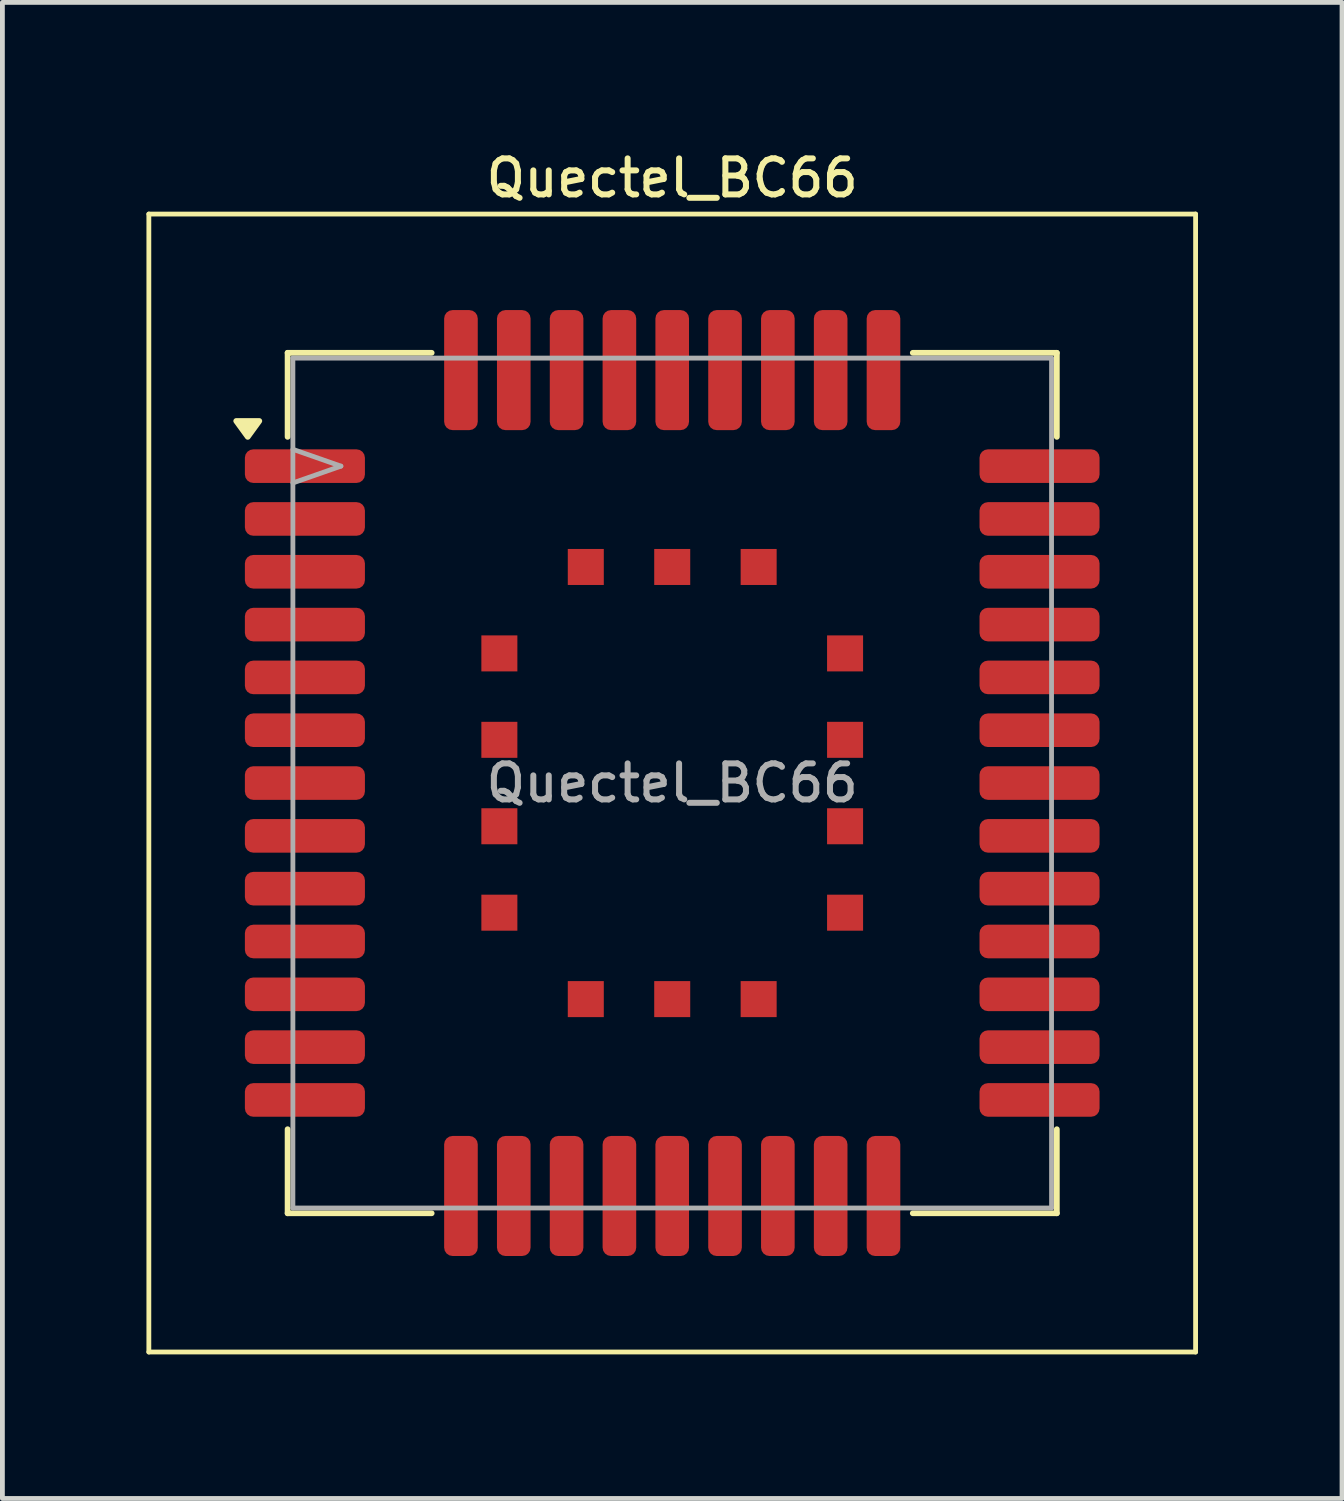
<source format=kicad_pcb>
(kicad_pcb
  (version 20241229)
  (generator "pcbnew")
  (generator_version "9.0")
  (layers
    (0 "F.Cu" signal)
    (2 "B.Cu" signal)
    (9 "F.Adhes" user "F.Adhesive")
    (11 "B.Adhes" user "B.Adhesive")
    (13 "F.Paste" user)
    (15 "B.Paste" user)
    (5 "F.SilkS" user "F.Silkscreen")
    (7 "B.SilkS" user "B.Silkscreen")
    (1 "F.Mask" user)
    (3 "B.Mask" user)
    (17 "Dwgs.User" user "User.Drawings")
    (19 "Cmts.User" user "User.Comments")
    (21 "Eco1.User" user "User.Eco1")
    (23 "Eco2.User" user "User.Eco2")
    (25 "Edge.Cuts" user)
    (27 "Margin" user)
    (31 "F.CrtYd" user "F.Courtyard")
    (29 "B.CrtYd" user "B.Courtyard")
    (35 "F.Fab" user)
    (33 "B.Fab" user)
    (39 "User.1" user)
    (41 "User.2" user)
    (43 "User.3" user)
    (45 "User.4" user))
  (footprint "Quectel_BC66"
    (layer "F.Cu")
    (at 10.95 13.258)
    (property "Reference" "Quectel_BC66" (at 0 -12.6 0) (layer "F.SilkS") (effects (font (size 0.75 0.75) (thickness 0.125))))
    (attr smd)
    (fp_line (start -10.9 -11.85) (end -10.9 11.85) (stroke (width 0.1) (type solid)) (layer "F.SilkS"))
    (fp_line (start -10.9 -11.85) (end 10.9 -11.85) (stroke (width 0.1) (type solid)) (layer "F.SilkS"))
    (fp_line (start -10.9 11.85) (end 10.9 11.85) (stroke (width 0.1) (type solid)) (layer "F.SilkS"))
    (fp_line (start -8.01 -8.96) (end -8.01 -7.21) (stroke (width 0.12) (type solid)) (layer "F.SilkS"))
    (fp_line (start -8.01 -8.96) (end -5.01 -8.96) (stroke (width 0.12) (type solid)) (layer "F.SilkS"))
    (fp_line (start -8.01 7.21) (end -8.01 8.96) (stroke (width 0.12) (type solid)) (layer "F.SilkS"))
    (fp_line (start -8.01 8.96) (end -5.01 8.96) (stroke (width 0.12) (type solid)) (layer "F.SilkS"))
    (fp_line (start 5.01 -8.96) (end 8.01 -8.96) (stroke (width 0.12) (type solid)) (layer "F.SilkS"))
    (fp_line (start 5.01 8.96) (end 8.01 8.96) (stroke (width 0.12) (type solid)) (layer "F.SilkS"))
    (fp_line (start 8.01 -8.96) (end 8.01 -7.21) (stroke (width 0.12) (type solid)) (layer "F.SilkS"))
    (fp_line (start 8.01 7.21) (end 8.01 8.96) (stroke (width 0.12) (type solid)) (layer "F.SilkS"))
    (fp_line (start 10.9 -11.85) (end 10.9 11.85) (stroke (width 0.1) (type solid)) (layer "F.SilkS"))
    (fp_poly (pts (xy -8.84 -7.21) (xy -9.08 -7.54) (xy -8.6 -7.54) (xy -8.84 -7.21)) (stroke (width 0.12) (type solid)) (fill yes) (layer "F.SilkS"))
    (fp_line (start -7.9 -8.85) (end -7.9 8.85) (stroke (width 0.1) (type solid)) (layer "F.Fab"))
    (fp_line (start -7.9 -8.85) (end 7.9 -8.85) (stroke (width 0.1) (type solid)) (layer "F.Fab"))
    (fp_line (start -7.9 -6.95) (end -6.9 -6.6) (stroke (width 0.1) (type solid)) (layer "F.Fab"))
    (fp_line (start -7.9 8.85) (end 7.9 8.85) (stroke (width 0.1) (type solid)) (layer "F.Fab"))
    (fp_line (start -6.9 -6.6) (end -7.9 -6.25) (stroke (width 0.1) (type solid)) (layer "F.Fab"))
    (fp_line (start 7.9 -8.85) (end 7.9 8.85) (stroke (width 0.1) (type solid)) (layer "F.Fab"))
    (fp_text user "${REFERENCE}" (at 0 0 0) (layer "F.Fab") (effects (font (size 0.75 0.75) (thickness 0.125))))
    (pad "" smd roundrect (at -8.05 -6.6) (size 2.9 0.595) (layers "F.Paste") (roundrect_rratio 0.25))
    (pad "" smd roundrect (at -8.05 -5.5) (size 2.9 0.595) (layers "F.Paste") (roundrect_rratio 0.25))
    (pad "" smd roundrect (at -8.05 -4.4) (size 2.9 0.595) (layers "F.Paste") (roundrect_rratio 0.25))
    (pad "" smd roundrect (at -8.05 -3.3) (size 2.9 0.595) (layers "F.Paste") (roundrect_rratio 0.25))
    (pad "" smd roundrect (at -8.05 -2.2) (size 2.9 0.595) (layers "F.Paste") (roundrect_rratio 0.25))
    (pad "" smd roundrect (at -8.05 -1.1) (size 2.9 0.595) (layers "F.Paste") (roundrect_rratio 0.25))
    (pad "" smd roundrect (at -8.05 0) (size 2.9 0.595) (layers "F.Paste") (roundrect_rratio 0.25))
    (pad "" smd roundrect (at -8.05 1.1) (size 2.9 0.595) (layers "F.Paste") (roundrect_rratio 0.25))
    (pad "" smd roundrect (at -8.05 2.2) (size 2.9 0.595) (layers "F.Paste") (roundrect_rratio 0.25))
    (pad "" smd roundrect (at -8.05 3.3) (size 2.9 0.595) (layers "F.Paste") (roundrect_rratio 0.25))
    (pad "" smd roundrect (at -8.05 4.4) (size 2.9 0.595) (layers "F.Paste") (roundrect_rratio 0.25))
    (pad "" smd roundrect (at -8.05 5.5) (size 2.9 0.595) (layers "F.Paste") (roundrect_rratio 0.25))
    (pad "" smd roundrect (at -8.05 6.6) (size 2.9 0.595) (layers "F.Paste") (roundrect_rratio 0.25))
    (pad "" smd roundrect (at -4.4 -9 90) (size 2.9 0.595) (layers "F.Paste") (roundrect_rratio 0.25))
    (pad "" smd roundrect (at -4.4 9 90) (size 2.9 0.595) (layers "F.Paste") (roundrect_rratio 0.25))
    (pad "" smd circle (at -3.6 -2.7) (size 0.9 0.9) (layers "F.Paste"))
    (pad "" smd circle (at -3.6 -0.9) (size 0.9 0.9) (layers "F.Paste"))
    (pad "" smd circle (at -3.6 0.9) (size 0.9 0.9) (layers "F.Paste"))
    (pad "" smd circle (at -3.6 2.7) (size 0.9 0.9) (layers "F.Paste"))
    (pad "" smd roundrect (at -3.3 -9 90) (size 2.9 0.595) (layers "F.Paste") (roundrect_rratio 0.25))
    (pad "" smd roundrect (at -3.3 9 90) (size 2.9 0.595) (layers "F.Paste") (roundrect_rratio 0.25))
    (pad "" smd roundrect (at -2.2 -9 90) (size 2.9 0.595) (layers "F.Paste") (roundrect_rratio 0.25))
    (pad "" smd roundrect (at -2.2 9 90) (size 2.9 0.595) (layers "F.Paste") (roundrect_rratio 0.25))
    (pad "" smd circle (at -1.8 -4.5) (size 0.9 0.9) (layers "F.Paste"))
    (pad "" smd circle (at -1.8 4.5) (size 0.9 0.9) (layers "F.Paste"))
    (pad "" smd roundrect (at -1.1 -9 90) (size 2.9 0.595) (layers "F.Paste") (roundrect_rratio 0.25))
    (pad "" smd roundrect (at -1.1 9 90) (size 2.9 0.595) (layers "F.Paste") (roundrect_rratio 0.25))
    (pad "" smd roundrect (at 0 -9 90) (size 2.9 0.595) (layers "F.Paste") (roundrect_rratio 0.25))
    (pad "" smd circle (at 0 -4.5) (size 0.9 0.9) (layers "F.Paste"))
    (pad "" smd circle (at 0 4.5) (size 0.9 0.9) (layers "F.Paste"))
    (pad "" smd roundrect (at 0 9 90) (size 2.9 0.595) (layers "F.Paste") (roundrect_rratio 0.25))
    (pad "" smd roundrect (at 1.1 -9 90) (size 2.9 0.595) (layers "F.Paste") (roundrect_rratio 0.25))
    (pad "" smd roundrect (at 1.1 9 90) (size 2.9 0.595) (layers "F.Paste") (roundrect_rratio 0.25))
    (pad "" smd circle (at 1.8 -4.5) (size 0.9 0.9) (layers "F.Paste"))
    (pad "" smd circle (at 1.8 4.5) (size 0.9 0.9) (layers "F.Paste"))
    (pad "" smd roundrect (at 2.2 -9 90) (size 2.9 0.595) (layers "F.Paste") (roundrect_rratio 0.25))
    (pad "" smd roundrect (at 2.2 9 90) (size 2.9 0.595) (layers "F.Paste") (roundrect_rratio 0.25))
    (pad "" smd roundrect (at 3.3 -9 90) (size 2.9 0.595) (layers "F.Paste") (roundrect_rratio 0.25))
    (pad "" smd roundrect (at 3.3 9 90) (size 2.9 0.595) (layers "F.Paste") (roundrect_rratio 0.25))
    (pad "" smd circle (at 3.6 -2.7) (size 0.9 0.9) (layers "F.Paste"))
    (pad "" smd circle (at 3.6 -0.9) (size 0.9 0.9) (layers "F.Paste"))
    (pad "" smd circle (at 3.6 0.9) (size 0.9 0.9) (layers "F.Paste"))
    (pad "" smd circle (at 3.6 2.7) (size 0.9 0.9) (layers "F.Paste"))
    (pad "" smd roundrect (at 4.4 -9 90) (size 2.9 0.595) (layers "F.Paste") (roundrect_rratio 0.25))
    (pad "" smd roundrect (at 4.4 9 90) (size 2.9 0.595) (layers "F.Paste") (roundrect_rratio 0.25))
    (pad "" smd roundrect (at 8.05 -6.6) (size 2.9 0.595) (layers "F.Paste") (roundrect_rratio 0.25))
    (pad "" smd roundrect (at 8.05 -5.5) (size 2.9 0.595) (layers "F.Paste") (roundrect_rratio 0.25))
    (pad "" smd roundrect (at 8.05 -4.4) (size 2.9 0.595) (layers "F.Paste") (roundrect_rratio 0.25))
    (pad "" smd roundrect (at 8.05 -3.3) (size 2.9 0.595) (layers "F.Paste") (roundrect_rratio 0.25))
    (pad "" smd roundrect (at 8.05 -2.2) (size 2.9 0.595) (layers "F.Paste") (roundrect_rratio 0.25))
    (pad "" smd roundrect (at 8.05 -1.1) (size 2.9 0.595) (layers "F.Paste") (roundrect_rratio 0.25))
    (pad "" smd roundrect (at 8.05 0) (size 2.9 0.595) (layers "F.Paste") (roundrect_rratio 0.25))
    (pad "" smd roundrect (at 8.05 1.1) (size 2.9 0.595) (layers "F.Paste") (roundrect_rratio 0.25))
    (pad "" smd roundrect (at 8.05 2.2) (size 2.9 0.595) (layers "F.Paste") (roundrect_rratio 0.25))
    (pad "" smd roundrect (at 8.05 3.3) (size 2.9 0.595) (layers "F.Paste") (roundrect_rratio 0.25))
    (pad "" smd roundrect (at 8.05 4.4) (size 2.9 0.595) (layers "F.Paste") (roundrect_rratio 0.25))
    (pad "" smd roundrect (at 8.05 5.5) (size 2.9 0.595) (layers "F.Paste") (roundrect_rratio 0.25))
    (pad "" smd roundrect (at 8.05 6.6) (size 2.9 0.595) (layers "F.Paste") (roundrect_rratio 0.25))
    (pad "1" smd roundrect (at -7.65 -6.6) (size 2.5 0.7) (layers "F.Cu" "F.Mask") (roundrect_rratio 0.25))
    (pad "2" smd roundrect (at -7.65 -5.5) (size 2.5 0.7) (layers "F.Cu" "F.Mask") (roundrect_rratio 0.25))
    (pad "3" smd roundrect (at -7.65 -4.4) (size 2.5 0.7) (layers "F.Cu" "F.Mask") (roundrect_rratio 0.25))
    (pad "4" smd roundrect (at -7.65 -3.3) (size 2.5 0.7) (layers "F.Cu" "F.Mask") (roundrect_rratio 0.25))
    (pad "5" smd roundrect (at -7.65 -2.2) (size 2.5 0.7) (layers "F.Cu" "F.Mask") (roundrect_rratio 0.25))
    (pad "6" smd roundrect (at -7.65 -1.1) (size 2.5 0.7) (layers "F.Cu" "F.Mask") (roundrect_rratio 0.25))
    (pad "7" smd roundrect (at -7.65 0) (size 2.5 0.7) (layers "F.Cu" "F.Mask") (roundrect_rratio 0.25))
    (pad "8" smd roundrect (at -7.65 1.1) (size 2.5 0.7) (layers "F.Cu" "F.Mask") (roundrect_rratio 0.25))
    (pad "9" smd roundrect (at -7.65 2.2) (size 2.5 0.7) (layers "F.Cu" "F.Mask") (roundrect_rratio 0.25))
    (pad "10" smd roundrect (at -7.65 3.3) (size 2.5 0.7) (layers "F.Cu" "F.Mask") (roundrect_rratio 0.25))
    (pad "11" smd roundrect (at -7.65 4.4) (size 2.5 0.7) (layers "F.Cu" "F.Mask") (roundrect_rratio 0.25))
    (pad "12" smd roundrect (at -7.65 5.5) (size 2.5 0.7) (layers "F.Cu" "F.Mask") (roundrect_rratio 0.25))
    (pad "13" smd roundrect (at -7.65 6.6) (size 2.5 0.7) (layers "F.Cu" "F.Mask") (roundrect_rratio 0.25))
    (pad "14" smd roundrect (at -4.4 8.6 90) (size 2.5 0.7) (layers "F.Cu" "F.Mask") (roundrect_rratio 0.25))
    (pad "15" smd roundrect (at -3.3 8.6 90) (size 2.5 0.7) (layers "F.Cu" "F.Mask") (roundrect_rratio 0.25))
    (pad "16" smd roundrect (at -2.2 8.6 90) (size 2.5 0.7) (layers "F.Cu" "F.Mask") (roundrect_rratio 0.25))
    (pad "17" smd roundrect (at -1.1 8.6 90) (size 2.5 0.7) (layers "F.Cu" "F.Mask") (roundrect_rratio 0.25))
    (pad "18" smd roundrect (at 0 8.6 90) (size 2.5 0.7) (layers "F.Cu" "F.Mask") (roundrect_rratio 0.25))
    (pad "19" smd roundrect (at 1.1 8.6 90) (size 2.5 0.7) (layers "F.Cu" "F.Mask") (roundrect_rratio 0.25))
    (pad "20" smd roundrect (at 2.2 8.6 90) (size 2.5 0.7) (layers "F.Cu" "F.Mask") (roundrect_rratio 0.25))
    (pad "21" smd roundrect (at 3.3 8.6 90) (size 2.5 0.7) (layers "F.Cu" "F.Mask") (roundrect_rratio 0.25))
    (pad "22" smd roundrect (at 4.4 8.6 90) (size 2.5 0.7) (layers "F.Cu" "F.Mask") (roundrect_rratio 0.25))
    (pad "23" smd roundrect (at 7.65 6.6) (size 2.5 0.7) (layers "F.Cu" "F.Mask") (roundrect_rratio 0.25))
    (pad "24" smd roundrect (at 7.65 5.5) (size 2.5 0.7) (layers "F.Cu" "F.Mask") (roundrect_rratio 0.25))
    (pad "25" smd roundrect (at 7.65 4.4) (size 2.5 0.7) (layers "F.Cu" "F.Mask") (roundrect_rratio 0.25))
    (pad "26" smd roundrect (at 7.65 3.3) (size 2.5 0.7) (layers "F.Cu" "F.Mask") (roundrect_rratio 0.25))
    (pad "27" smd roundrect (at 7.65 2.2) (size 2.5 0.7) (layers "F.Cu" "F.Mask") (roundrect_rratio 0.25))
    (pad "28" smd roundrect (at 7.65 1.1) (size 2.5 0.7) (layers "F.Cu" "F.Mask") (roundrect_rratio 0.25))
    (pad "29" smd roundrect (at 7.65 0) (size 2.5 0.7) (layers "F.Cu" "F.Mask") (roundrect_rratio 0.25))
    (pad "30" smd roundrect (at 7.65 -1.1) (size 2.5 0.7) (layers "F.Cu" "F.Mask") (roundrect_rratio 0.25))
    (pad "31" smd roundrect (at 7.65 -2.2) (size 2.5 0.7) (layers "F.Cu" "F.Mask") (roundrect_rratio 0.25))
    (pad "32" smd roundrect (at 7.65 -3.3) (size 2.5 0.7) (layers "F.Cu" "F.Mask") (roundrect_rratio 0.25))
    (pad "33" smd roundrect (at 7.65 -4.4) (size 2.5 0.7) (layers "F.Cu" "F.Mask") (roundrect_rratio 0.25))
    (pad "34" smd roundrect (at 7.65 -5.5) (size 2.5 0.7) (layers "F.Cu" "F.Mask") (roundrect_rratio 0.25))
    (pad "35" smd roundrect (at 7.65 -6.6) (size 2.5 0.7) (layers "F.Cu" "F.Mask") (roundrect_rratio 0.25))
    (pad "36" smd roundrect (at 4.4 -8.6 270) (size 2.5 0.7) (layers "F.Cu" "F.Mask") (roundrect_rratio 0.25))
    (pad "37" smd roundrect (at 3.3 -8.6 270) (size 2.5 0.7) (layers "F.Cu" "F.Mask") (roundrect_rratio 0.25))
    (pad "38" smd roundrect (at 2.2 -8.6 270) (size 2.5 0.7) (layers "F.Cu" "F.Mask") (roundrect_rratio 0.25))
    (pad "39" smd roundrect (at 1.1 -8.6 270) (size 2.5 0.7) (layers "F.Cu" "F.Mask") (roundrect_rratio 0.25))
    (pad "40" smd roundrect (at 0 -8.6 270) (size 2.5 0.7) (layers "F.Cu" "F.Mask") (roundrect_rratio 0.25))
    (pad "41" smd roundrect (at -1.1 -8.6 270) (size 2.5 0.7) (layers "F.Cu" "F.Mask") (roundrect_rratio 0.25))
    (pad "42" smd roundrect (at -2.2 -8.6 270) (size 2.5 0.7) (layers "F.Cu" "F.Mask") (roundrect_rratio 0.25))
    (pad "43" smd roundrect (at -3.3 -8.6 270) (size 2.5 0.7) (layers "F.Cu" "F.Mask") (roundrect_rratio 0.25))
    (pad "44" smd roundrect (at -4.4 -8.6 270) (size 2.5 0.7) (layers "F.Cu" "F.Mask") (roundrect_rratio 0.25))
    (pad "45" smd rect (at -3.6 -2.7) (size 0.75 0.75) (layers "F.Cu" "F.Mask"))
    (pad "46" smd rect (at -3.6 -0.9) (size 0.75 0.75) (layers "F.Cu" "F.Mask"))
    (pad "47" smd rect (at -3.6 0.9) (size 0.75 0.75) (layers "F.Cu" "F.Mask"))
    (pad "48" smd rect (at -3.6 2.7) (size 0.75 0.75) (layers "F.Cu" "F.Mask"))
    (pad "49" smd rect (at -1.8 4.5) (size 0.75 0.75) (layers "F.Cu" "F.Mask"))
    (pad "50" smd rect (at 0 4.5) (size 0.75 0.75) (layers "F.Cu" "F.Mask"))
    (pad "51" smd rect (at 1.8 4.5) (size 0.75 0.75) (layers "F.Cu" "F.Mask"))
    (pad "52" smd rect (at 3.6 2.7) (size 0.75 0.75) (layers "F.Cu" "F.Mask"))
    (pad "53" smd rect (at 3.6 0.9) (size 0.75 0.75) (layers "F.Cu" "F.Mask"))
    (pad "54" smd rect (at 3.6 -0.9) (size 0.75 0.75) (layers "F.Cu" "F.Mask"))
    (pad "55" smd rect (at 3.6 -2.7) (size 0.75 0.75) (layers "F.Cu" "F.Mask"))
    (pad "56" smd rect (at 1.8 -4.5) (size 0.75 0.75) (layers "F.Cu" "F.Mask"))
    (pad "57" smd rect (at 0 -4.5) (size 0.75 0.75) (layers "F.Cu" "F.Mask"))
    (pad "58" smd rect (at -1.8 -4.5) (size 0.75 0.75) (layers "F.Cu" "F.Mask")))
  (gr_rect
    (start -3 -3)
    (end 24.9 28.158)
    (stroke (width 0.1) (type default))
    (fill no)
    (layer "Edge.Cuts")))
</source>
